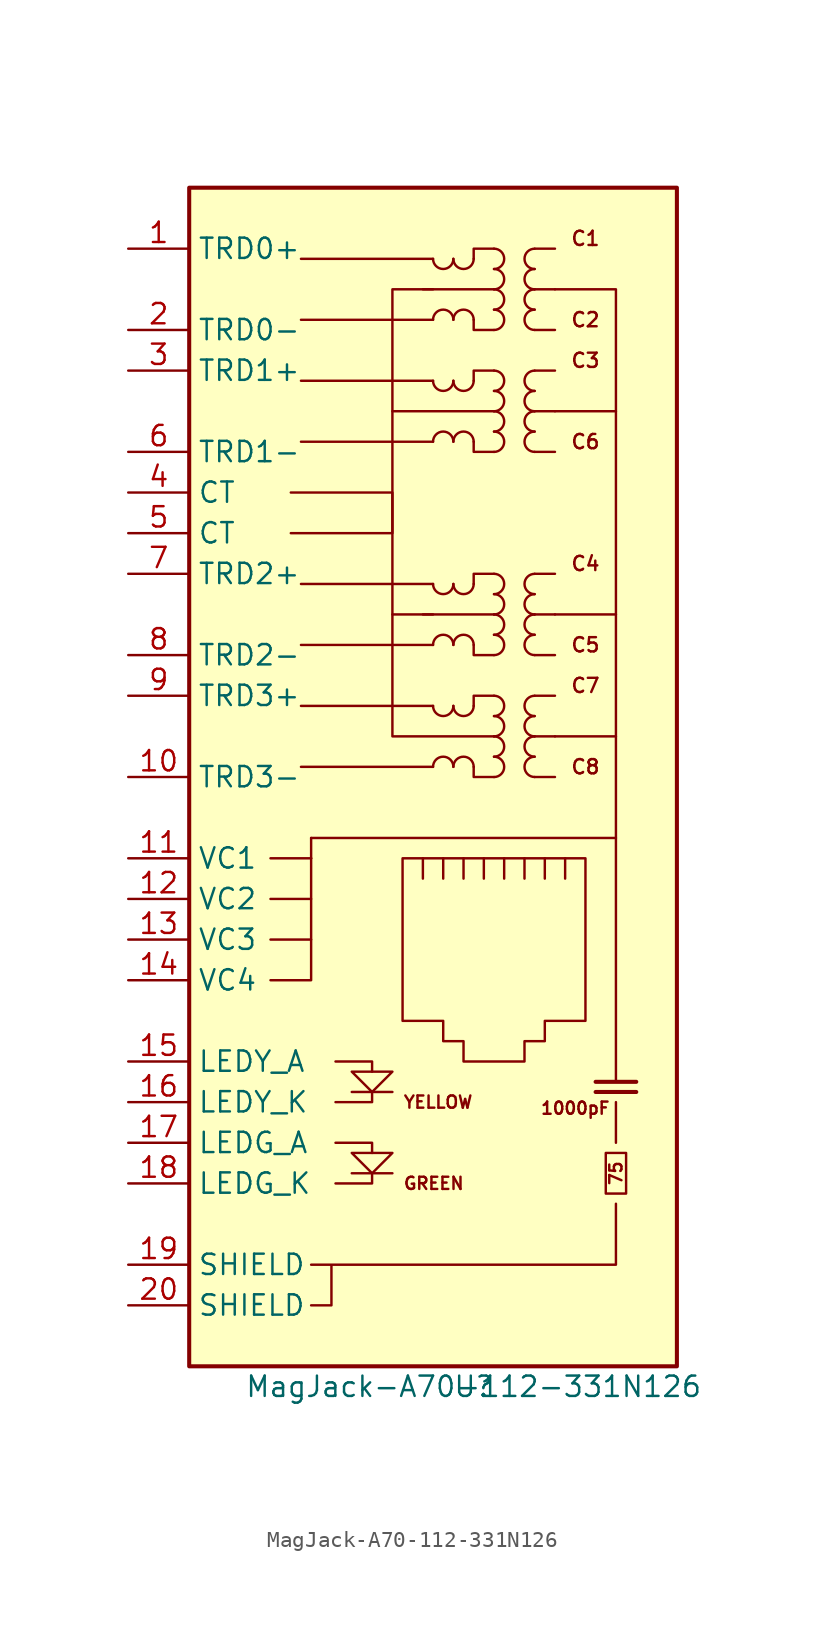
<source format=kicad_sym>
(kicad_symbol_lib
  (version 20201005)
  (generator kicad_symbol_editor)
  (symbol "AP2100:MagJack-A70-112-331N126"
    (property "Reference" "U"
      (at 0 0 0)
      (effects (font (size 1.27 1.27))))
    (property "Value" "MagJack-A70-112-331N126"
      (at 0 0 0)
      (effects (font (size 1.27 1.27))))
    (symbol "MagJack-A70-112-331N126_1_1"
      (arc (start -1.27 38.735) (end -2.54 38.735) (radius (at -1.905 38.735) (length 0.635) (angles 0.1 179.9)) (stroke (width 0)) (fill (type none)))
      (arc (start -2.54 42.545) (end -1.27 42.545) (radius (at -1.905 42.545) (length 0.635) (angles -179.9 -0.1)) (stroke (width 0)) (fill (type none)))
      (arc (start -1.27 46.355) (end -2.54 46.355) (radius (at -1.905 46.355) (length 0.635) (angles 0.1 179.9)) (stroke (width 0)) (fill (type none)))
      (arc (start -2.54 50.165) (end -1.27 50.165) (radius (at -1.905 50.165) (length 0.635) (angles -179.9 -0.1)) (stroke (width 0)) (fill (type none)))
      (arc (start -1.27 59.055) (end -2.54 59.055) (radius (at -1.905 59.055) (length 0.635) (angles 0.1 179.9)) (stroke (width 0)) (fill (type none)))
      (arc (start -2.54 62.865) (end -1.27 62.865) (radius (at -1.905 62.865) (length 0.635) (angles -179.9 -0.1)) (stroke (width 0)) (fill (type none)))
      (arc (start -1.27 66.675) (end -2.54 66.675) (radius (at -1.905 66.675) (length 0.635) (angles 0.1 179.9)) (stroke (width 0)) (fill (type none)))
      (arc (start -2.54 70.485) (end -1.27 70.485) (radius (at -1.905 70.485) (length 0.635) (angles -179.9 -0.1)) (stroke (width 0)) (fill (type none)))
      (arc (start 0 38.735) (end -1.27 38.735) (radius (at -0.635 38.735) (length 0.635) (angles 0.1 179.9)) (stroke (width 0)) (fill (type none)))
      (arc (start -1.27 42.545) (end 0 42.545) (radius (at -0.635 42.545) (length 0.635) (angles -179.9 -0.1)) (stroke (width 0)) (fill (type none)))
      (arc (start 0 46.355) (end -1.27 46.355) (radius (at -0.635 46.355) (length 0.635) (angles 0.1 179.9)) (stroke (width 0)) (fill (type none)))
      (arc (start -1.27 50.165) (end 0 50.165) (radius (at -0.635 50.165) (length 0.635) (angles -179.9 -0.1)) (stroke (width 0)) (fill (type none)))
      (arc (start 0 59.055) (end -1.27 59.055) (radius (at -0.635 59.055) (length 0.635) (angles 0.1 179.9)) (stroke (width 0)) (fill (type none)))
      (arc (start -1.27 62.865) (end 0 62.865) (radius (at -0.635 62.865) (length 0.635) (angles -179.9 -0.1)) (stroke (width 0)) (fill (type none)))
      (arc (start 0 66.675) (end -1.27 66.675) (radius (at -0.635 66.675) (length 0.635) (angles 0.1 179.9)) (stroke (width 0)) (fill (type none)))
      (arc (start -1.27 70.485) (end 0 70.485) (radius (at -0.635 70.485) (length 0.635) (angles -179.9 -0.1)) (stroke (width 0)) (fill (type none)))
      (arc (start 1.27 38.1) (end 1.27 39.37) (radius (at 1.27 38.735) (length 0.635) (angles -89.9 89.9)) (stroke (width 0)) (fill (type none)))
      (arc (start 1.27 39.37) (end 1.27 40.64) (radius (at 1.27 40.005) (length 0.635) (angles -89.9 89.9)) (stroke (width 0)) (fill (type none)))
      (arc (start 1.27 40.64) (end 1.27 41.91) (radius (at 1.27 41.275) (length 0.635) (angles -89.9 89.9)) (stroke (width 0)) (fill (type none)))
      (arc (start 1.27 41.91) (end 1.27 43.18) (radius (at 1.27 42.545) (length 0.635) (angles -89.9 89.9)) (stroke (width 0)) (fill (type none)))
      (arc (start 1.27 45.72) (end 1.27 46.99) (radius (at 1.27 46.355) (length 0.635) (angles -89.9 89.9)) (stroke (width 0)) (fill (type none)))
      (arc (start 1.27 46.99) (end 1.27 48.26) (radius (at 1.27 47.625) (length 0.635) (angles -89.9 89.9)) (stroke (width 0)) (fill (type none)))
      (arc (start 1.27 48.26) (end 1.27 49.53) (radius (at 1.27 48.895) (length 0.635) (angles -89.9 89.9)) (stroke (width 0)) (fill (type none)))
      (arc (start 1.27 49.53) (end 1.27 50.8) (radius (at 1.27 50.165) (length 0.635) (angles -89.9 89.9)) (stroke (width 0)) (fill (type none)))
      (arc (start 1.27 58.42) (end 1.27 59.69) (radius (at 1.27 59.055) (length 0.635) (angles -89.9 89.9)) (stroke (width 0)) (fill (type none)))
      (arc (start 1.27 59.69) (end 1.27 60.96) (radius (at 1.27 60.325) (length 0.635) (angles -89.9 89.9)) (stroke (width 0)) (fill (type none)))
      (arc (start 1.27 60.96) (end 1.27 62.23) (radius (at 1.27 61.595) (length 0.635) (angles -89.9 89.9)) (stroke (width 0)) (fill (type none)))
      (arc (start 1.27 62.23) (end 1.27 63.5) (radius (at 1.27 62.865) (length 0.635) (angles -89.9 89.9)) (stroke (width 0)) (fill (type none)))
      (arc (start 1.27 66.04) (end 1.27 67.31) (radius (at 1.27 66.675) (length 0.635) (angles -89.9 89.9)) (stroke (width 0)) (fill (type none)))
      (arc (start 1.27 67.31) (end 1.27 68.58) (radius (at 1.27 67.945) (length 0.635) (angles -89.9 89.9)) (stroke (width 0)) (fill (type none)))
      (arc (start 1.27 68.58) (end 1.27 69.85) (radius (at 1.27 69.215) (length 0.635) (angles -89.9 89.9)) (stroke (width 0)) (fill (type none)))
      (arc (start 1.27 69.85) (end 1.27 71.12) (radius (at 1.27 70.485) (length 0.635) (angles -89.9 89.9)) (stroke (width 0)) (fill (type none)))
      (arc (start 3.81 39.37) (end 3.81 38.1) (radius (at 3.81 38.735) (length 0.635) (angles 90.1 -90.1)) (stroke (width 0)) (fill (type none)))
      (arc (start 3.81 40.64) (end 3.81 39.37) (radius (at 3.81 40.005) (length 0.635) (angles 90.1 -90.1)) (stroke (width 0)) (fill (type none)))
      (arc (start 3.81 41.91) (end 3.81 40.64) (radius (at 3.81 41.275) (length 0.635) (angles 90.1 -90.1)) (stroke (width 0)) (fill (type none)))
      (arc (start 3.81 43.18) (end 3.81 41.91) (radius (at 3.81 42.545) (length 0.635) (angles 90.1 -90.1)) (stroke (width 0)) (fill (type none)))
      (arc (start 3.81 46.99) (end 3.81 45.72) (radius (at 3.81 46.355) (length 0.635) (angles 90.1 -90.1)) (stroke (width 0)) (fill (type none)))
      (arc (start 3.81 48.26) (end 3.81 46.99) (radius (at 3.81 47.625) (length 0.635) (angles 90.1 -90.1)) (stroke (width 0)) (fill (type none)))
      (arc (start 3.81 49.53) (end 3.81 48.26) (radius (at 3.81 48.895) (length 0.635) (angles 90.1 -90.1)) (stroke (width 0)) (fill (type none)))
      (arc (start 3.81 50.8) (end 3.81 49.53) (radius (at 3.81 50.165) (length 0.635) (angles 90.1 -90.1)) (stroke (width 0)) (fill (type none)))
      (arc (start 3.81 59.69) (end 3.81 58.42) (radius (at 3.81 59.055) (length 0.635) (angles 90.1 -90.1)) (stroke (width 0)) (fill (type none)))
      (arc (start 3.81 60.96) (end 3.81 59.69) (radius (at 3.81 60.325) (length 0.635) (angles 90.1 -90.1)) (stroke (width 0)) (fill (type none)))
      (arc (start 3.81 62.23) (end 3.81 60.96) (radius (at 3.81 61.595) (length 0.635) (angles 90.1 -90.1)) (stroke (width 0)) (fill (type none)))
      (arc (start 3.81 63.5) (end 3.81 62.23) (radius (at 3.81 62.865) (length 0.635) (angles 90.1 -90.1)) (stroke (width 0)) (fill (type none)))
      (arc (start 3.81 67.31) (end 3.81 66.04) (radius (at 3.81 66.675) (length 0.635) (angles 90.1 -90.1)) (stroke (width 0)) (fill (type none)))
      (arc (start 3.81 68.58) (end 3.81 67.31) (radius (at 3.81 67.945) (length 0.635) (angles 90.1 -90.1)) (stroke (width 0)) (fill (type none)))
      (arc (start 3.81 69.85) (end 3.81 68.58) (radius (at 3.81 69.215) (length 0.635) (angles 90.1 -90.1)) (stroke (width 0)) (fill (type none)))
      (arc (start 3.81 71.12) (end 3.81 69.85) (radius (at 3.81 70.485) (length 0.635) (angles 90.1 -90.1)) (stroke (width 0)) (fill (type none)))
      (text "1000pF" (at 6.35 17.399 0) (effects (font (size 0.762 0.762))))
      (text "75" (at 8.89 13.335 900) (effects (font (size 0.762 0.762))))
      (text "C1" (at 6.985 71.755 0) (effects (font (size 0.889 0.889))))
      (text "C2" (at 6.985 66.675 0) (effects (font (size 0.889 0.889))))
      (text "C3" (at 6.985 64.135 0) (effects (font (size 0.889 0.889))))
      (text "C4" (at 6.985 51.435 0) (effects (font (size 0.889 0.889))))
      (text "C5" (at 6.985 46.355 0) (effects (font (size 0.889 0.889))))
      (text "C6" (at 6.985 59.055 0) (effects (font (size 0.889 0.889))))
      (text "C7" (at 6.985 43.815 0) (effects (font (size 0.889 0.889))))
      (text "C8" (at 6.985 38.735 0) (effects (font (size 0.889 0.889))))
      (text "GREEN" (at -4.445 12.7 0) (effects (font (size 0.762 0.762)) (justify left)))
      (text "YELLOW" (at -4.445 17.78 0) (effects (font (size 0.762 0.762)) (justify left)))
      (rectangle (start -17.78 1.27) (end 12.7 74.93) (stroke (width 0.254)) (fill (type background)))
      (rectangle (start 9.525 12.065) (end 8.255 14.605) (stroke (width 0)) (fill (type none)))
      (polyline (pts (xy -12.7 27.94) (xy -10.16 27.94)) (stroke (width 0)) (fill (type none)))
      (polyline (pts (xy -12.7 30.48) (xy -10.16 30.48)) (stroke (width 0)) (fill (type none)))
      (polyline (pts (xy -12.7 33.02) (xy -10.16 33.02)) (stroke (width 0)) (fill (type none)))
      (polyline (pts (xy -10.16 33.02) (xy -10.16 34.29)) (stroke (width 0)) (fill (type none)))
      (polyline (pts (xy -5.08 13.335) (xy -7.62 13.335)) (stroke (width 0)) (fill (type none)))
      (polyline (pts (xy -5.08 18.415) (xy -7.62 18.415)) (stroke (width 0)) (fill (type none)))
      (polyline (pts (xy -5.08 48.26) (xy -5.08 60.96)) (stroke (width 0)) (fill (type none)))
      (polyline (pts (xy -3.175 31.75) (xy -3.175 33.02)) (stroke (width 0)) (fill (type none)))
      (polyline (pts (xy -3.175 48.26) (xy 1.27 48.26)) (stroke (width 0)) (fill (type none)))
      (polyline (pts (xy -3.175 68.58) (xy 1.27 68.58)) (stroke (width 0)) (fill (type none)))
      (polyline (pts (xy -2.54 38.735) (xy -10.795 38.735)) (stroke (width 0)) (fill (type none)))
      (polyline (pts (xy -2.54 42.545) (xy -10.795 42.545)) (stroke (width 0)) (fill (type none)))
      (polyline (pts (xy -2.54 46.355) (xy -10.795 46.355)) (stroke (width 0)) (fill (type none)))
      (polyline (pts (xy -2.54 50.165) (xy -10.795 50.165)) (stroke (width 0)) (fill (type none)))
      (polyline (pts (xy -2.54 59.055) (xy -10.795 59.055)) (stroke (width 0)) (fill (type none)))
      (polyline (pts (xy -2.54 62.865) (xy -10.795 62.865)) (stroke (width 0)) (fill (type none)))
      (polyline (pts (xy -2.54 66.675) (xy -10.795 66.675)) (stroke (width 0)) (fill (type none)))
      (polyline (pts (xy -2.54 70.485) (xy -10.795 70.485)) (stroke (width 0)) (fill (type none)))
      (polyline (pts (xy -1.905 33.02) (xy -1.905 31.75)) (stroke (width 0)) (fill (type none)))
      (polyline (pts (xy -0.635 33.02) (xy -0.635 31.75)) (stroke (width 0)) (fill (type none)))
      (polyline (pts (xy 0.635 33.02) (xy 0.635 31.75)) (stroke (width 0)) (fill (type none)))
      (polyline (pts (xy 1.905 33.02) (xy 1.905 31.75)) (stroke (width 0)) (fill (type none)))
      (polyline (pts (xy 3.175 33.02) (xy 3.175 31.75)) (stroke (width 0)) (fill (type none)))
      (polyline (pts (xy 3.81 38.1) (xy 5.08 38.1)) (stroke (width 0)) (fill (type none)))
      (polyline (pts (xy 3.81 40.64) (xy 5.08 40.64)) (stroke (width 0)) (fill (type none)))
      (polyline (pts (xy 3.81 43.18) (xy 5.08 43.18)) (stroke (width 0)) (fill (type none)))
      (polyline (pts (xy 3.81 45.72) (xy 5.08 45.72)) (stroke (width 0)) (fill (type none)))
      (polyline (pts (xy 3.81 48.26) (xy 5.08 48.26)) (stroke (width 0)) (fill (type none)))
      (polyline (pts (xy 3.81 50.8) (xy 5.08 50.8)) (stroke (width 0)) (fill (type none)))
      (polyline (pts (xy 3.81 58.42) (xy 5.08 58.42)) (stroke (width 0)) (fill (type none)))
      (polyline (pts (xy 3.81 60.96) (xy 5.08 60.96)) (stroke (width 0)) (fill (type none)))
      (polyline (pts (xy 3.81 63.5) (xy 5.08 63.5)) (stroke (width 0)) (fill (type none)))
      (polyline (pts (xy 3.81 66.04) (xy 5.08 66.04)) (stroke (width 0)) (fill (type none)))
      (polyline (pts (xy 3.81 68.58) (xy 5.08 68.58)) (stroke (width 0)) (fill (type none)))
      (polyline (pts (xy 3.81 71.12) (xy 5.08 71.12)) (stroke (width 0)) (fill (type none)))
      (polyline (pts (xy 4.445 31.75) (xy 4.445 33.02)) (stroke (width 0)) (fill (type none)))
      (polyline (pts (xy 5.08 40.64) (xy 8.89 40.64)) (stroke (width 0)) (fill (type none)))
      (polyline (pts (xy 5.08 48.26) (xy 8.89 48.26)) (stroke (width 0)) (fill (type none)))
      (polyline (pts (xy 5.08 60.96) (xy 8.89 60.96)) (stroke (width 0)) (fill (type none)))
      (polyline (pts (xy 5.715 31.75) (xy 5.715 33.02)) (stroke (width 0)) (fill (type none)))
      (polyline (pts (xy 7.62 18.415) (xy 10.16 18.415)) (stroke (width 0.254)) (fill (type none)))
      (polyline (pts (xy 7.62 19.05) (xy 10.16 19.05)) (stroke (width 0.254)) (fill (type none)))
      (polyline (pts (xy 8.89 15.24) (xy 8.89 17.78)) (stroke (width 0)) (fill (type none)))
      (polyline (pts (xy 8.89 19.05) (xy 8.89 34.29)) (stroke (width 0)) (fill (type none)))
      (polyline (pts (xy -10.16 33.02) (xy -10.16 25.4) (xy -12.7 25.4)) (stroke (width 0)) (fill (type none)))
      (polyline (pts (xy -8.636 12.7) (xy -6.35 12.7) (xy -6.35 13.335)) (stroke (width 0)) (fill (type none)))
      (polyline (pts (xy -8.636 15.24) (xy -6.35 15.24) (xy -6.35 14.605)) (stroke (width 0)) (fill (type none)))
      (polyline (pts (xy -8.636 20.32) (xy -6.35 20.32) (xy -6.35 19.685)) (stroke (width 0)) (fill (type none)))
      (polyline (pts (xy -6.35 18.415) (xy -6.35 17.78) (xy -8.636 17.78)) (stroke (width 0)) (fill (type none)))
      (polyline (pts (xy 0 38.735) (xy 0 38.1) (xy 1.27 38.1)) (stroke (width 0)) (fill (type none)))
      (polyline (pts (xy 0 46.355) (xy 0 45.72) (xy 1.27 45.72)) (stroke (width 0)) (fill (type none)))
      (polyline (pts (xy 0 59.055) (xy 0 58.42) (xy 1.27 58.42)) (stroke (width 0)) (fill (type none)))
      (polyline (pts (xy 0 66.675) (xy 0 66.04) (xy 1.27 66.04)) (stroke (width 0)) (fill (type none)))
      (polyline (pts (xy 1.27 43.18) (xy 0 43.18) (xy 0 42.545)) (stroke (width 0)) (fill (type none)))
      (polyline (pts (xy 1.27 50.8) (xy 0 50.8) (xy 0 50.165)) (stroke (width 0)) (fill (type none)))
      (polyline (pts (xy 1.27 63.5) (xy 0 63.5) (xy 0 62.865)) (stroke (width 0)) (fill (type none)))
      (polyline (pts (xy 1.27 71.12) (xy 0 71.12) (xy 0 70.485)) (stroke (width 0)) (fill (type none)))
      (polyline (pts (xy -11.43 53.34) (xy -5.08 53.34) (xy -5.08 55.88) (xy -11.43 55.88)) (stroke (width 0)) (fill (type none)))
      (polyline (pts (xy -10.16 34.29) (xy 8.89 34.29) (xy 8.89 68.58) (xy 5.08 68.58)) (stroke (width 0)) (fill (type none)))
      (polyline (pts (xy -7.62 19.685) (xy -5.08 19.685) (xy -6.35 18.415) (xy -7.62 19.685)) (stroke (width 0)) (fill (type none)))
      (polyline (pts (xy -5.08 14.605) (xy -7.62 14.605) (xy -6.35 13.335) (xy -5.08 14.605)) (stroke (width 0)) (fill (type none)))
      (polyline (pts (xy -10.16 5.08) (xy -8.89 5.08) (xy -8.89 7.62) (xy -10.16 7.62) (xy -8.89 7.62) (xy 8.89 7.62) (xy 8.89 11.43)) (stroke (width 0)) (fill (type none)))
      (polyline (pts (xy -4.445 33.02) (xy 6.985 33.02) (xy 6.985 22.86) (xy 4.445 22.86) (xy 4.445 21.59) (xy 3.175 21.59) (xy 3.175 20.32) (xy -0.635 20.32) (xy -0.635 21.59) (xy -1.905 21.59) (xy -1.905 22.86) (xy -4.445 22.86) (xy -4.445 33.02)) (stroke (width 0)) (fill (type none)))
      (pin passive line (at -21.59 71.12 0) (length 3.81) (name "TRD0+" (effects (font (size 1.27 1.27)))) (number "1" (effects (font (size 1.27 1.27)))))
      (pin passive line (at -21.59 38.1 0) (length 3.81) (name "TRD3-" (effects (font (size 1.27 1.27)))) (number "10" (effects (font (size 1.27 1.27)))))
      (pin passive line (at -21.59 33.02 0) (length 3.81) (name "VC1" (effects (font (size 1.27 1.27)))) (number "11" (effects (font (size 1.27 1.27)))))
      (pin passive line (at -21.59 30.48 0) (length 3.81) (name "VC2" (effects (font (size 1.27 1.27)))) (number "12" (effects (font (size 1.27 1.27)))))
      (pin passive line (at -21.59 27.94 0) (length 3.81) (name "VC3" (effects (font (size 1.27 1.27)))) (number "13" (effects (font (size 1.27 1.27)))))
      (pin passive line (at -21.59 25.4 0) (length 3.81) (name "VC4" (effects (font (size 1.27 1.27)))) (number "14" (effects (font (size 1.27 1.27)))))
      (pin passive line (at -21.59 20.32 0) (length 3.81) (name "LEDY_A" (effects (font (size 1.27 1.27)))) (number "15" (effects (font (size 1.27 1.27)))))
      (pin passive line (at -21.59 17.78 0) (length 3.81) (name "LEDY_K" (effects (font (size 1.27 1.27)))) (number "16" (effects (font (size 1.27 1.27)))))
      (pin passive line (at -21.59 15.24 0) (length 3.81) (name "LEDG_A" (effects (font (size 1.27 1.27)))) (number "17" (effects (font (size 1.27 1.27)))))
      (pin passive line (at -21.59 12.7 0) (length 3.81) (name "LEDG_K" (effects (font (size 1.27 1.27)))) (number "18" (effects (font (size 1.27 1.27)))))
      (pin passive line (at -21.59 7.62 0) (length 3.81) (name "SHIELD" (effects (font (size 1.27 1.27)))) (number "19" (effects (font (size 1.27 1.27)))))
      (pin passive line (at -21.59 66.04 0) (length 3.81) (name "TRD0-" (effects (font (size 1.27 1.27)))) (number "2" (effects (font (size 1.27 1.27)))))
      (pin passive line (at -21.59 5.08 0) (length 3.81) (name "SHIELD" (effects (font (size 1.27 1.27)))) (number "20" (effects (font (size 1.27 1.27)))))
      (pin passive line (at -21.59 63.5 0) (length 3.81) (name "TRD1+" (effects (font (size 1.27 1.27)))) (number "3" (effects (font (size 1.27 1.27)))))
      (pin passive line (at -21.59 55.88 0) (length 3.81) (name "CT" (effects (font (size 1.27 1.27)))) (number "4" (effects (font (size 1.27 1.27)))))
      (pin passive line (at -21.59 53.34 0) (length 3.81) (name "CT" (effects (font (size 1.27 1.27)))) (number "5" (effects (font (size 1.27 1.27)))))
      (pin passive line (at -21.59 58.42 0) (length 3.81) (name "TRD1-" (effects (font (size 1.27 1.27)))) (number "6" (effects (font (size 1.27 1.27)))))
      (pin passive line (at -21.59 50.8 0) (length 3.81) (name "TRD2+" (effects (font (size 1.27 1.27)))) (number "7" (effects (font (size 1.27 1.27)))))
      (pin passive line (at -21.59 45.72 0) (length 3.81) (name "TRD2-" (effects (font (size 1.27 1.27)))) (number "8" (effects (font (size 1.27 1.27)))))
      (pin passive line (at -21.59 43.18 0) (length 3.81) (name "TRD3+" (effects (font (size 1.27 1.27)))) (number "9" (effects (font (size 1.27 1.27))))))
    (symbol "MagJack-A70-112-331N126_0_1"
      (polyline (pts (xy 1.27 40.64) (xy -5.08 40.64) (xy -5.08 48.26) (xy -2.54 48.26) (xy -5.08 48.26)) (stroke (width 0)) (fill (type none)))
      (polyline (pts (xy 1.27 60.96) (xy -5.08 60.96) (xy -5.08 68.58) (xy -2.54 68.58) (xy -5.08 68.58)) (stroke (width 0)) (fill (type none))))))
</source>
